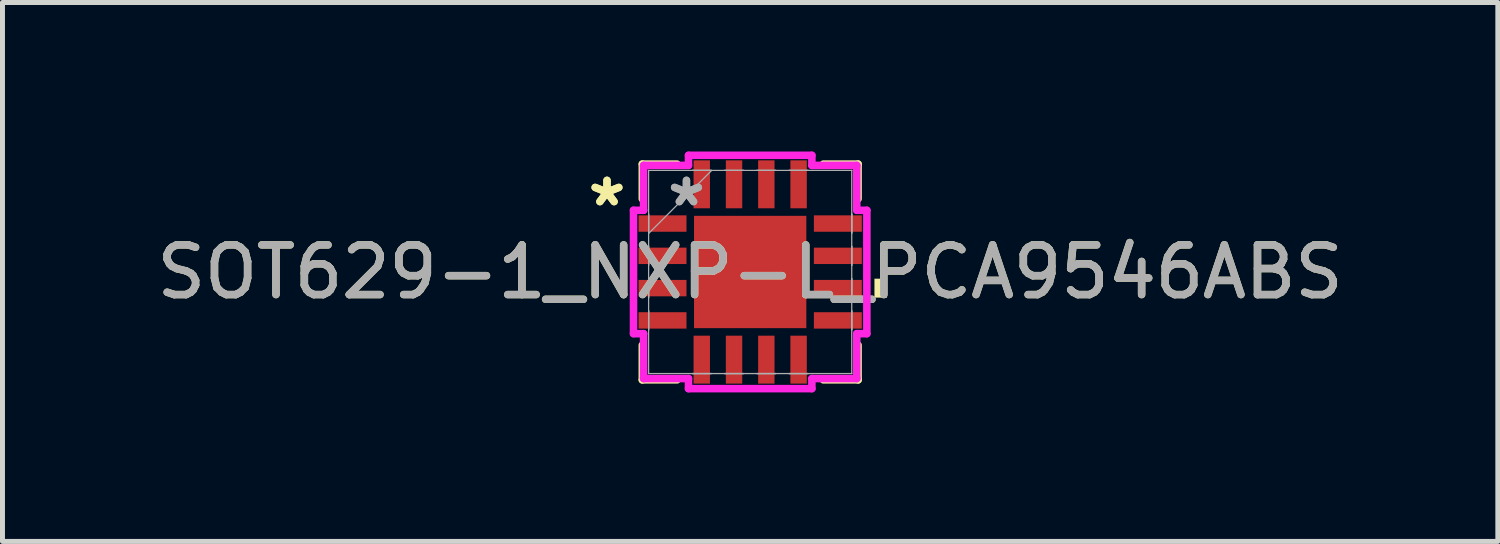
<source format=kicad_pcb>
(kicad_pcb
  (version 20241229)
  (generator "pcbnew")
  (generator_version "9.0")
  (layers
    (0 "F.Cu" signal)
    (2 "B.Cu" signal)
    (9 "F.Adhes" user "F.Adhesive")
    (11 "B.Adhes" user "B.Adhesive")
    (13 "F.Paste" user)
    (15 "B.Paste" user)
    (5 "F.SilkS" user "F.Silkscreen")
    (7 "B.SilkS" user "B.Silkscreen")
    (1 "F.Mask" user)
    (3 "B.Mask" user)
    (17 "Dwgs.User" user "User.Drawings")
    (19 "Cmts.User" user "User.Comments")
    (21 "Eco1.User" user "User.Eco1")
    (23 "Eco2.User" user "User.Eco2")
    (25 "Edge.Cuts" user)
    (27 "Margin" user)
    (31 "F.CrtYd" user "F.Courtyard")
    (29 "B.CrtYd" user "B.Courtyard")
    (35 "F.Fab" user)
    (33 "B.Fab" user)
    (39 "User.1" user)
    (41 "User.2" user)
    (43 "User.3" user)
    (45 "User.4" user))
  (footprint "SOT629-1_NXP-L_PCA9546ABS"
    (layer "F.Cu")
    (at 12.054 2.426)
    (property "Reference" "SOT629-1_NXP-L_PCA9546ABS" (at 0 0 0) (unlocked yes) (layer "F.SilkS") (effects (font (size 1 1) (thickness 0.15))))
    (attr smd)
    (fp_line (start -2.172 -2.172) (end -2.172 -1.473) (stroke (width 0.152) (type solid)) (layer "F.SilkS"))
    (fp_line (start -2.172 1.473) (end -2.172 2.172) (stroke (width 0.152) (type solid)) (layer "F.SilkS"))
    (fp_line (start -2.172 2.172) (end -1.473 2.172) (stroke (width 0.152) (type solid)) (layer "F.SilkS"))
    (fp_line (start -1.473 -2.172) (end -2.172 -2.172) (stroke (width 0.152) (type solid)) (layer "F.SilkS"))
    (fp_line (start 1.473 2.172) (end 2.172 2.172) (stroke (width 0.152) (type solid)) (layer "F.SilkS"))
    (fp_line (start 2.172 -2.172) (end 1.473 -2.172) (stroke (width 0.152) (type solid)) (layer "F.SilkS"))
    (fp_line (start 2.172 -1.473) (end 2.172 -2.172) (stroke (width 0.152) (type solid)) (layer "F.SilkS"))
    (fp_line (start 2.172 2.172) (end 2.172 1.473) (stroke (width 0.152) (type solid)) (layer "F.SilkS"))
    (fp_poly (pts (xy 2.756 0.135) (xy 2.756 0.516) (xy 2.502 0.516) (xy 2.502 0.135)) (stroke (width 0) (type solid)) (fill yes) (layer "F.SilkS"))
    (fp_line (start -2.349 -1.242) (end -2.146 -1.242) (stroke (width 0.152) (type solid)) (layer "F.CrtYd"))
    (fp_line (start -2.349 1.242) (end -2.349 -1.242) (stroke (width 0.152) (type solid)) (layer "F.CrtYd"))
    (fp_line (start -2.146 -2.146) (end -1.242 -2.146) (stroke (width 0.152) (type solid)) (layer "F.CrtYd"))
    (fp_line (start -2.146 -1.242) (end -2.146 -2.146) (stroke (width 0.152) (type solid)) (layer "F.CrtYd"))
    (fp_line (start -2.146 1.242) (end -2.349 1.242) (stroke (width 0.152) (type solid)) (layer "F.CrtYd"))
    (fp_line (start -2.146 2.146) (end -2.146 1.242) (stroke (width 0.152) (type solid)) (layer "F.CrtYd"))
    (fp_line (start -1.242 -2.349) (end 1.242 -2.349) (stroke (width 0.152) (type solid)) (layer "F.CrtYd"))
    (fp_line (start -1.242 -2.146) (end -1.242 -2.349) (stroke (width 0.152) (type solid)) (layer "F.CrtYd"))
    (fp_line (start -1.242 2.146) (end -2.146 2.146) (stroke (width 0.152) (type solid)) (layer "F.CrtYd"))
    (fp_line (start -1.242 2.349) (end -1.242 2.146) (stroke (width 0.152) (type solid)) (layer "F.CrtYd"))
    (fp_line (start 1.242 -2.349) (end 1.242 -2.146) (stroke (width 0.152) (type solid)) (layer "F.CrtYd"))
    (fp_line (start 1.242 -2.146) (end 2.146 -2.146) (stroke (width 0.152) (type solid)) (layer "F.CrtYd"))
    (fp_line (start 1.242 2.146) (end 1.242 2.349) (stroke (width 0.152) (type solid)) (layer "F.CrtYd"))
    (fp_line (start 1.242 2.349) (end -1.242 2.349) (stroke (width 0.152) (type solid)) (layer "F.CrtYd"))
    (fp_line (start 2.146 -2.146) (end 2.146 -1.242) (stroke (width 0.152) (type solid)) (layer "F.CrtYd"))
    (fp_line (start 2.146 -1.242) (end 2.349 -1.242) (stroke (width 0.152) (type solid)) (layer "F.CrtYd"))
    (fp_line (start 2.146 1.242) (end 2.146 2.146) (stroke (width 0.152) (type solid)) (layer "F.CrtYd"))
    (fp_line (start 2.146 2.146) (end 1.242 2.146) (stroke (width 0.152) (type solid)) (layer "F.CrtYd"))
    (fp_line (start 2.349 -1.242) (end 2.349 1.242) (stroke (width 0.152) (type solid)) (layer "F.CrtYd"))
    (fp_line (start 2.349 1.242) (end 2.146 1.242) (stroke (width 0.152) (type solid)) (layer "F.CrtYd"))
    (fp_line (start -2.045 -2.045) (end -2.045 -2.045) (stroke (width 0.025) (type solid)) (layer "F.Fab"))
    (fp_line (start -2.045 -2.045) (end -2.045 2.045) (stroke (width 0.025) (type solid)) (layer "F.Fab"))
    (fp_line (start -2.045 -1.165) (end -2.045 -1.165) (stroke (width 0.025) (type solid)) (layer "F.Fab"))
    (fp_line (start -2.045 -1.165) (end -2.045 -0.784) (stroke (width 0.025) (type solid)) (layer "F.Fab"))
    (fp_line (start -2.045 -0.784) (end -2.045 -1.165) (stroke (width 0.025) (type solid)) (layer "F.Fab"))
    (fp_line (start -2.045 -0.784) (end -2.045 -0.784) (stroke (width 0.025) (type solid)) (layer "F.Fab"))
    (fp_line (start -2.045 -0.775) (end -0.775 -2.045) (stroke (width 0.025) (type solid)) (layer "F.Fab"))
    (fp_line (start -2.045 -0.515) (end -2.045 -0.515) (stroke (width 0.025) (type solid)) (layer "F.Fab"))
    (fp_line (start -2.045 -0.515) (end -2.045 -0.135) (stroke (width 0.025) (type solid)) (layer "F.Fab"))
    (fp_line (start -2.045 -0.135) (end -2.045 -0.515) (stroke (width 0.025) (type solid)) (layer "F.Fab"))
    (fp_line (start -2.045 -0.135) (end -2.045 -0.135) (stroke (width 0.025) (type solid)) (layer "F.Fab"))
    (fp_line (start -2.045 0.135) (end -2.045 0.135) (stroke (width 0.025) (type solid)) (layer "F.Fab"))
    (fp_line (start -2.045 0.135) (end -2.045 0.515) (stroke (width 0.025) (type solid)) (layer "F.Fab"))
    (fp_line (start -2.045 0.515) (end -2.045 0.135) (stroke (width 0.025) (type solid)) (layer "F.Fab"))
    (fp_line (start -2.045 0.515) (end -2.045 0.515) (stroke (width 0.025) (type solid)) (layer "F.Fab"))
    (fp_line (start -2.045 0.784) (end -2.045 0.784) (stroke (width 0.025) (type solid)) (layer "F.Fab"))
    (fp_line (start -2.045 0.784) (end -2.045 1.165) (stroke (width 0.025) (type solid)) (layer "F.Fab"))
    (fp_line (start -2.045 1.165) (end -2.045 0.784) (stroke (width 0.025) (type solid)) (layer "F.Fab"))
    (fp_line (start -2.045 1.165) (end -2.045 1.165) (stroke (width 0.025) (type solid)) (layer "F.Fab"))
    (fp_line (start -2.045 2.045) (end -2.045 2.045) (stroke (width 0.025) (type solid)) (layer "F.Fab"))
    (fp_line (start -2.045 2.045) (end 2.045 2.045) (stroke (width 0.025) (type solid)) (layer "F.Fab"))
    (fp_line (start -1.165 -2.045) (end -1.165 -2.045) (stroke (width 0.025) (type solid)) (layer "F.Fab"))
    (fp_line (start -1.165 -2.045) (end -0.784 -2.045) (stroke (width 0.025) (type solid)) (layer "F.Fab"))
    (fp_line (start -1.165 2.045) (end -1.165 2.045) (stroke (width 0.025) (type solid)) (layer "F.Fab"))
    (fp_line (start -1.165 2.045) (end -0.784 2.045) (stroke (width 0.025) (type solid)) (layer "F.Fab"))
    (fp_line (start -0.784 -2.045) (end -1.165 -2.045) (stroke (width 0.025) (type solid)) (layer "F.Fab"))
    (fp_line (start -0.784 -2.045) (end -0.784 -2.045) (stroke (width 0.025) (type solid)) (layer "F.Fab"))
    (fp_line (start -0.784 2.045) (end -1.165 2.045) (stroke (width 0.025) (type solid)) (layer "F.Fab"))
    (fp_line (start -0.784 2.045) (end -0.784 2.045) (stroke (width 0.025) (type solid)) (layer "F.Fab"))
    (fp_line (start -0.515 -2.045) (end -0.515 -2.045) (stroke (width 0.025) (type solid)) (layer "F.Fab"))
    (fp_line (start -0.515 -2.045) (end -0.135 -2.045) (stroke (width 0.025) (type solid)) (layer "F.Fab"))
    (fp_line (start -0.515 2.045) (end -0.515 2.045) (stroke (width 0.025) (type solid)) (layer "F.Fab"))
    (fp_line (start -0.515 2.045) (end -0.135 2.045) (stroke (width 0.025) (type solid)) (layer "F.Fab"))
    (fp_line (start -0.135 -2.045) (end -0.515 -2.045) (stroke (width 0.025) (type solid)) (layer "F.Fab"))
    (fp_line (start -0.135 -2.045) (end -0.135 -2.045) (stroke (width 0.025) (type solid)) (layer "F.Fab"))
    (fp_line (start -0.135 2.045) (end -0.515 2.045) (stroke (width 0.025) (type solid)) (layer "F.Fab"))
    (fp_line (start -0.135 2.045) (end -0.135 2.045) (stroke (width 0.025) (type solid)) (layer "F.Fab"))
    (fp_line (start 0.135 -2.045) (end 0.135 -2.045) (stroke (width 0.025) (type solid)) (layer "F.Fab"))
    (fp_line (start 0.135 -2.045) (end 0.515 -2.045) (stroke (width 0.025) (type solid)) (layer "F.Fab"))
    (fp_line (start 0.135 2.045) (end 0.135 2.045) (stroke (width 0.025) (type solid)) (layer "F.Fab"))
    (fp_line (start 0.135 2.045) (end 0.515 2.045) (stroke (width 0.025) (type solid)) (layer "F.Fab"))
    (fp_line (start 0.515 -2.045) (end 0.135 -2.045) (stroke (width 0.025) (type solid)) (layer "F.Fab"))
    (fp_line (start 0.515 -2.045) (end 0.515 -2.045) (stroke (width 0.025) (type solid)) (layer "F.Fab"))
    (fp_line (start 0.515 2.045) (end 0.135 2.045) (stroke (width 0.025) (type solid)) (layer "F.Fab"))
    (fp_line (start 0.515 2.045) (end 0.515 2.045) (stroke (width 0.025) (type solid)) (layer "F.Fab"))
    (fp_line (start 0.784 -2.045) (end 0.784 -2.045) (stroke (width 0.025) (type solid)) (layer "F.Fab"))
    (fp_line (start 0.784 -2.045) (end 1.165 -2.045) (stroke (width 0.025) (type solid)) (layer "F.Fab"))
    (fp_line (start 0.784 2.045) (end 0.784 2.045) (stroke (width 0.025) (type solid)) (layer "F.Fab"))
    (fp_line (start 0.784 2.045) (end 1.165 2.045) (stroke (width 0.025) (type solid)) (layer "F.Fab"))
    (fp_line (start 1.165 -2.045) (end 0.784 -2.045) (stroke (width 0.025) (type solid)) (layer "F.Fab"))
    (fp_line (start 1.165 -2.045) (end 1.165 -2.045) (stroke (width 0.025) (type solid)) (layer "F.Fab"))
    (fp_line (start 1.165 2.045) (end 0.784 2.045) (stroke (width 0.025) (type solid)) (layer "F.Fab"))
    (fp_line (start 1.165 2.045) (end 1.165 2.045) (stroke (width 0.025) (type solid)) (layer "F.Fab"))
    (fp_line (start 2.045 -2.045) (end -2.045 -2.045) (stroke (width 0.025) (type solid)) (layer "F.Fab"))
    (fp_line (start 2.045 -2.045) (end 2.045 -2.045) (stroke (width 0.025) (type solid)) (layer "F.Fab"))
    (fp_line (start 2.045 -1.165) (end 2.045 -1.165) (stroke (width 0.025) (type solid)) (layer "F.Fab"))
    (fp_line (start 2.045 -1.165) (end 2.045 -0.784) (stroke (width 0.025) (type solid)) (layer "F.Fab"))
    (fp_line (start 2.045 -0.784) (end 2.045 -1.165) (stroke (width 0.025) (type solid)) (layer "F.Fab"))
    (fp_line (start 2.045 -0.784) (end 2.045 -0.784) (stroke (width 0.025) (type solid)) (layer "F.Fab"))
    (fp_line (start 2.045 -0.515) (end 2.045 -0.515) (stroke (width 0.025) (type solid)) (layer "F.Fab"))
    (fp_line (start 2.045 -0.515) (end 2.045 -0.135) (stroke (width 0.025) (type solid)) (layer "F.Fab"))
    (fp_line (start 2.045 -0.135) (end 2.045 -0.515) (stroke (width 0.025) (type solid)) (layer "F.Fab"))
    (fp_line (start 2.045 -0.135) (end 2.045 -0.135) (stroke (width 0.025) (type solid)) (layer "F.Fab"))
    (fp_line (start 2.045 0.135) (end 2.045 0.135) (stroke (width 0.025) (type solid)) (layer "F.Fab"))
    (fp_line (start 2.045 0.135) (end 2.045 0.515) (stroke (width 0.025) (type solid)) (layer "F.Fab"))
    (fp_line (start 2.045 0.515) (end 2.045 0.135) (stroke (width 0.025) (type solid)) (layer "F.Fab"))
    (fp_line (start 2.045 0.515) (end 2.045 0.515) (stroke (width 0.025) (type solid)) (layer "F.Fab"))
    (fp_line (start 2.045 0.784) (end 2.045 0.784) (stroke (width 0.025) (type solid)) (layer "F.Fab"))
    (fp_line (start 2.045 0.784) (end 2.045 1.165) (stroke (width 0.025) (type solid)) (layer "F.Fab"))
    (fp_line (start 2.045 1.165) (end 2.045 0.784) (stroke (width 0.025) (type solid)) (layer "F.Fab"))
    (fp_line (start 2.045 1.165) (end 2.045 1.165) (stroke (width 0.025) (type solid)) (layer "F.Fab"))
    (fp_line (start 2.045 2.045) (end 2.045 -2.045) (stroke (width 0.025) (type solid)) (layer "F.Fab"))
    (fp_line (start 2.045 2.045) (end 2.045 2.045) (stroke (width 0.025) (type solid)) (layer "F.Fab"))
    (fp_text user "*" (at -2.883 -1.3 0) (unlocked yes) (layer "F.SilkS") (effects (font (size 1 1) (thickness 0.15))))
    (fp_text user "*" (at -2.883 -1.3 0) (layer "F.SilkS") (effects (font (size 1 1) (thickness 0.15))))
    (fp_text user "*" (at -1.283 -1.3 0) (unlocked yes) (layer "F.Fab") (effects (font (size 1 1) (thickness 0.15))))
    (fp_text user "*" (at -1.283 -1.3 0) (layer "F.Fab") (effects (font (size 1 1) (thickness 0.15))))
    (fp_text user "${REFERENCE}" (at 0 0 0) (unlocked yes) (layer "F.Fab") (effects (font (size 1 1) (thickness 0.15))))
    (pad "1" smd rect (at -1.765 -0.975 90) (size 0.33 0.965) (layers "F.Cu" "F.Mask" "F.Paste"))
    (pad "2" smd rect (at -1.765 -0.325 90) (size 0.33 0.965) (layers "F.Cu" "F.Mask" "F.Paste"))
    (pad "3" smd rect (at -1.765 0.325 90) (size 0.33 0.965) (layers "F.Cu" "F.Mask" "F.Paste"))
    (pad "4" smd rect (at -1.765 0.975 90) (size 0.33 0.965) (layers "F.Cu" "F.Mask" "F.Paste"))
    (pad "5" smd rect (at -0.975 1.765) (size 0.33 0.965) (layers "F.Cu" "F.Mask" "F.Paste"))
    (pad "6" smd rect (at -0.325 1.765) (size 0.33 0.965) (layers "F.Cu" "F.Mask" "F.Paste"))
    (pad "7" smd rect (at 0.325 1.765) (size 0.33 0.965) (layers "F.Cu" "F.Mask" "F.Paste"))
    (pad "8" smd rect (at 0.975 1.765) (size 0.33 0.965) (layers "F.Cu" "F.Mask" "F.Paste"))
    (pad "9" smd rect (at 1.765 0.975 90) (size 0.33 0.965) (layers "F.Cu" "F.Mask" "F.Paste"))
    (pad "10" smd rect (at 1.765 0.325 90) (size 0.33 0.965) (layers "F.Cu" "F.Mask" "F.Paste"))
    (pad "11" smd rect (at 1.765 -0.325 90) (size 0.33 0.965) (layers "F.Cu" "F.Mask" "F.Paste"))
    (pad "12" smd rect (at 1.765 -0.975 90) (size 0.33 0.965) (layers "F.Cu" "F.Mask" "F.Paste"))
    (pad "13" smd rect (at 0.975 -1.765) (size 0.33 0.965) (layers "F.Cu" "F.Mask" "F.Paste"))
    (pad "14" smd rect (at 0.325 -1.765) (size 0.33 0.965) (layers "F.Cu" "F.Mask" "F.Paste"))
    (pad "15" smd rect (at -0.325 -1.765) (size 0.33 0.965) (layers "F.Cu" "F.Mask" "F.Paste"))
    (pad "16" smd rect (at -0.975 -1.765) (size 0.33 0.965) (layers "F.Cu" "F.Mask" "F.Paste"))
    (pad "17" smd rect (at 0 0) (size 2.261 2.261) (layers "F.Cu" "F.Mask" "F.Paste")))
  (gr_rect
    (start -3 -3)
    (end 27.107 7.851)
    (stroke (width 0.1) (type default))
    (fill no)
    (layer "Edge.Cuts")))
</source>
